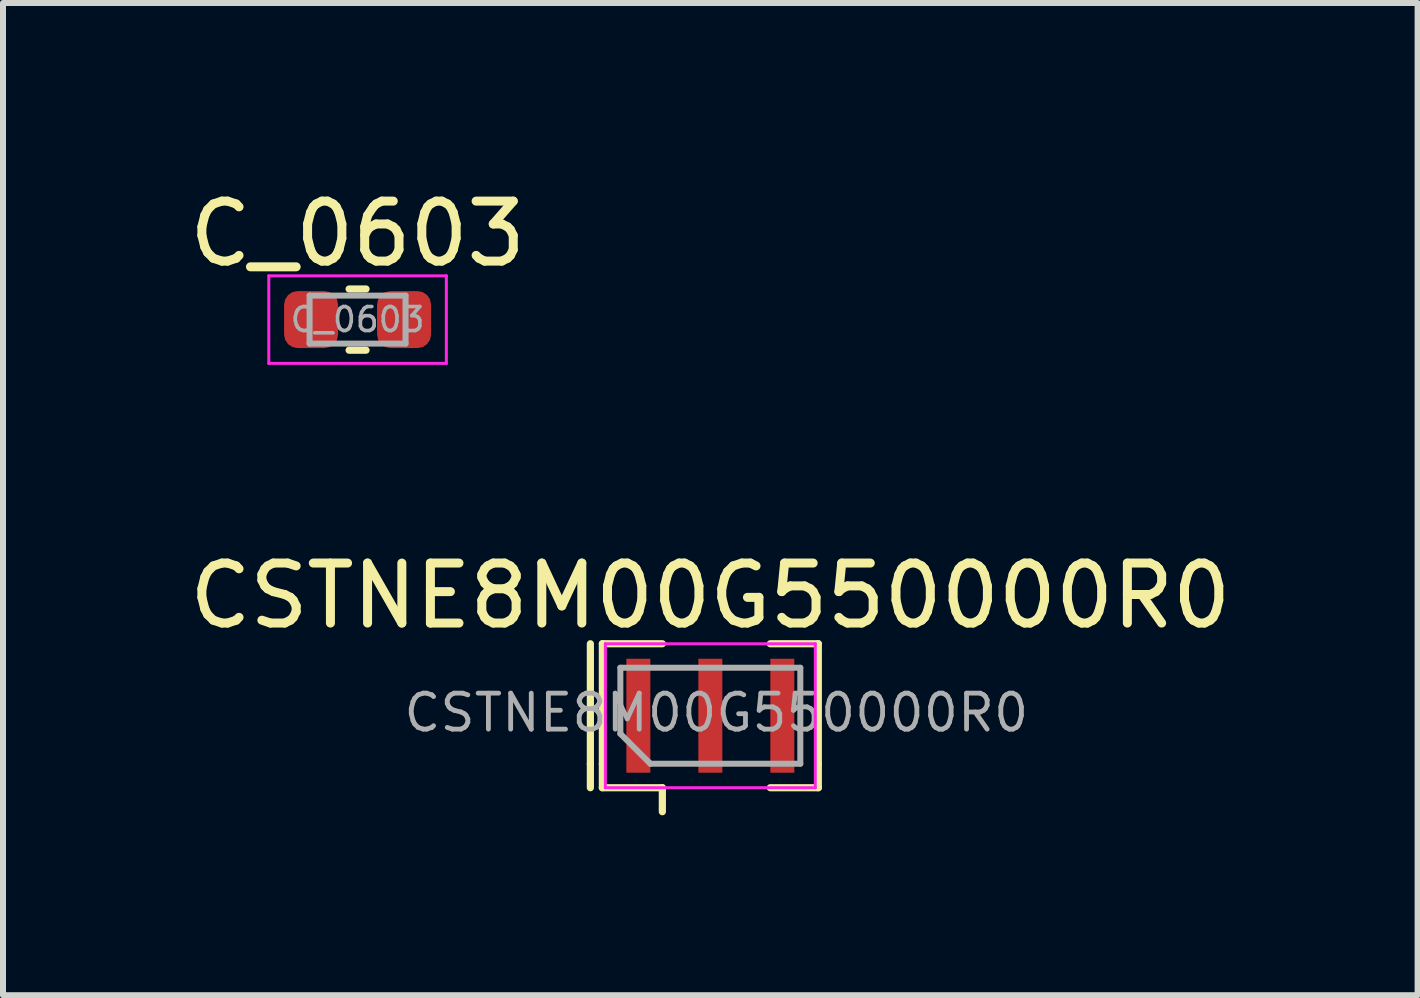
<source format=kicad_pcb>
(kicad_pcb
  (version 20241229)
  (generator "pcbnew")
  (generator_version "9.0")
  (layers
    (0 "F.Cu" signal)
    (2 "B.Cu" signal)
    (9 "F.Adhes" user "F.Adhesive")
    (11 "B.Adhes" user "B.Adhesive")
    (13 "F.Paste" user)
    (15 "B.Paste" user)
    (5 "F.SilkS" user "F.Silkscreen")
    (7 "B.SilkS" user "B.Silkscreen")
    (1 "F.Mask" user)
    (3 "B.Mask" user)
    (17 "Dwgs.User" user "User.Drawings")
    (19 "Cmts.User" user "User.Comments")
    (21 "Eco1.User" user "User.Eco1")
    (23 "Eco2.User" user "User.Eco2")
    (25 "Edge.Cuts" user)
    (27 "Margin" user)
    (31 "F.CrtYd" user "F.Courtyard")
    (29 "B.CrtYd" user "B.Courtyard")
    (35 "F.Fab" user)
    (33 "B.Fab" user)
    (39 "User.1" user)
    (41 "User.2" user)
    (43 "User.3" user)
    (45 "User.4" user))
  (footprint "CSTNE8M00G550000R0"
    (layer "F.Cu")
    (at 8.792 8.882)
    (property "Reference" "CSTNE8M00G550000R0" (at 0 -2 0) (layer "F.SilkS") (effects (font (size 1 1) (thickness 0.15))))
    (attr smd)
    (fp_line (start -2 -1.2) (end -2 0.8) (stroke (width 0.12) (type solid)) (layer "F.SilkS"))
    (fp_line (start -2 0.8) (end -2 1.2) (stroke (width 0.12) (type solid)) (layer "F.SilkS"))
    (fp_line (start -1.8 -1.2) (end -0.8 -1.2) (stroke (width 0.12) (type solid)) (layer "F.SilkS"))
    (fp_line (start -1.8 0.8) (end -1.8 -1.2) (stroke (width 0.12) (type solid)) (layer "F.SilkS"))
    (fp_line (start -1.8 0.8) (end -1.8 1.2) (stroke (width 0.12) (type solid)) (layer "F.SilkS"))
    (fp_line (start -0.8 1.2) (end -1.8 1.2) (stroke (width 0.12) (type solid)) (layer "F.SilkS"))
    (fp_line (start -0.8 1.2) (end -0.8 1.6) (stroke (width 0.12) (type solid)) (layer "F.SilkS"))
    (fp_line (start 1 -1.2) (end 1.8 -1.2) (stroke (width 0.12) (type solid)) (layer "F.SilkS"))
    (fp_line (start 1.8 -1.2) (end 1.8 0.8) (stroke (width 0.12) (type solid)) (layer "F.SilkS"))
    (fp_line (start 1.8 0.8) (end 1.8 1.2) (stroke (width 0.12) (type solid)) (layer "F.SilkS"))
    (fp_line (start 1.8 1.2) (end 1 1.2) (stroke (width 0.12) (type solid)) (layer "F.SilkS"))
    (fp_line (start -1.75 -1.2) (end 1.75 -1.2) (stroke (width 0.05) (type solid)) (layer "F.CrtYd"))
    (fp_line (start -1.75 1.2) (end -1.75 -1.2) (stroke (width 0.05) (type solid)) (layer "F.CrtYd"))
    (fp_line (start 1.75 -1.2) (end 1.75 1.2) (stroke (width 0.05) (type solid)) (layer "F.CrtYd"))
    (fp_line (start 1.75 1.2) (end -1.75 1.2) (stroke (width 0.05) (type solid)) (layer "F.CrtYd"))
    (fp_line (start -1.5 0.3) (end -1.5 -0.8) (stroke (width 0.1) (type solid)) (layer "F.Fab"))
    (fp_line (start -1 0.8) (end -1.5 0.3) (stroke (width 0.1) (type solid)) (layer "F.Fab"))
    (fp_line (start -1 0.8) (end 1.5 0.8) (stroke (width 0.1) (type solid)) (layer "F.Fab"))
    (fp_line (start 1.5 -0.8) (end -1.5 -0.8) (stroke (width 0.1) (type solid)) (layer "F.Fab"))
    (fp_line (start 1.5 0.8) (end 1.5 -0.8) (stroke (width 0.1) (type solid)) (layer "F.Fab"))
    (fp_text user "${REFERENCE}" (at 0.1 -0.05 0) (layer "F.Fab") (effects (font (size 0.6 0.6) (thickness 0.08))))
    (pad "1" smd rect (at -1.2 0) (size 0.4 1.9) (layers "F.Cu" "F.Mask" "F.Paste"))
    (pad "2" smd rect (at 0 0) (size 0.4 1.9) (layers "F.Cu" "F.Mask" "F.Paste"))
    (pad "3" smd rect (at 1.2 0) (size 0.4 1.9) (layers "F.Cu" "F.Mask" "F.Paste")))
  (footprint "C_0603"
    (layer "F.Cu")
    (at 2.911 2.278)
    (property "Reference" "C_0603" (at 0 -1.43 0) (layer "F.SilkS") (effects (font (size 1 1) (thickness 0.15))))
    (attr smd)
    (fp_line (start -0.141 -0.51) (end 0.141 -0.51) (stroke (width 0.12) (type solid)) (layer "F.SilkS"))
    (fp_line (start -0.141 0.51) (end 0.141 0.51) (stroke (width 0.12) (type solid)) (layer "F.SilkS"))
    (fp_line (start -1.48 -0.73) (end 1.48 -0.73) (stroke (width 0.05) (type solid)) (layer "F.CrtYd"))
    (fp_line (start -1.48 0.73) (end -1.48 -0.73) (stroke (width 0.05) (type solid)) (layer "F.CrtYd"))
    (fp_line (start 1.48 -0.73) (end 1.48 0.73) (stroke (width 0.05) (type solid)) (layer "F.CrtYd"))
    (fp_line (start 1.48 0.73) (end -1.48 0.73) (stroke (width 0.05) (type solid)) (layer "F.CrtYd"))
    (fp_line (start -0.8 -0.4) (end 0.8 -0.4) (stroke (width 0.1) (type solid)) (layer "F.Fab"))
    (fp_line (start -0.8 0.4) (end -0.8 -0.4) (stroke (width 0.1) (type solid)) (layer "F.Fab"))
    (fp_line (start 0.8 -0.4) (end 0.8 0.4) (stroke (width 0.1) (type solid)) (layer "F.Fab"))
    (fp_line (start 0.8 0.4) (end -0.8 0.4) (stroke (width 0.1) (type solid)) (layer "F.Fab"))
    (fp_text user "${REFERENCE}" (at 0 0 0) (layer "F.Fab") (effects (font (size 0.4 0.4) (thickness 0.06))))
    (pad "1" smd roundrect (at -0.775 0) (size 0.9 0.95) (layers "F.Cu" "F.Mask" "F.Paste") (roundrect_rratio 0.25))
    (pad "2" smd roundrect (at 0.775 0) (size 0.9 0.95) (layers "F.Cu" "F.Mask" "F.Paste") (roundrect_rratio 0.25)))
  (gr_rect
    (start -3 -3)
    (end 20.583 13.541)
    (stroke (width 0.1) (type default))
    (fill no)
    (layer "Edge.Cuts")))
</source>
